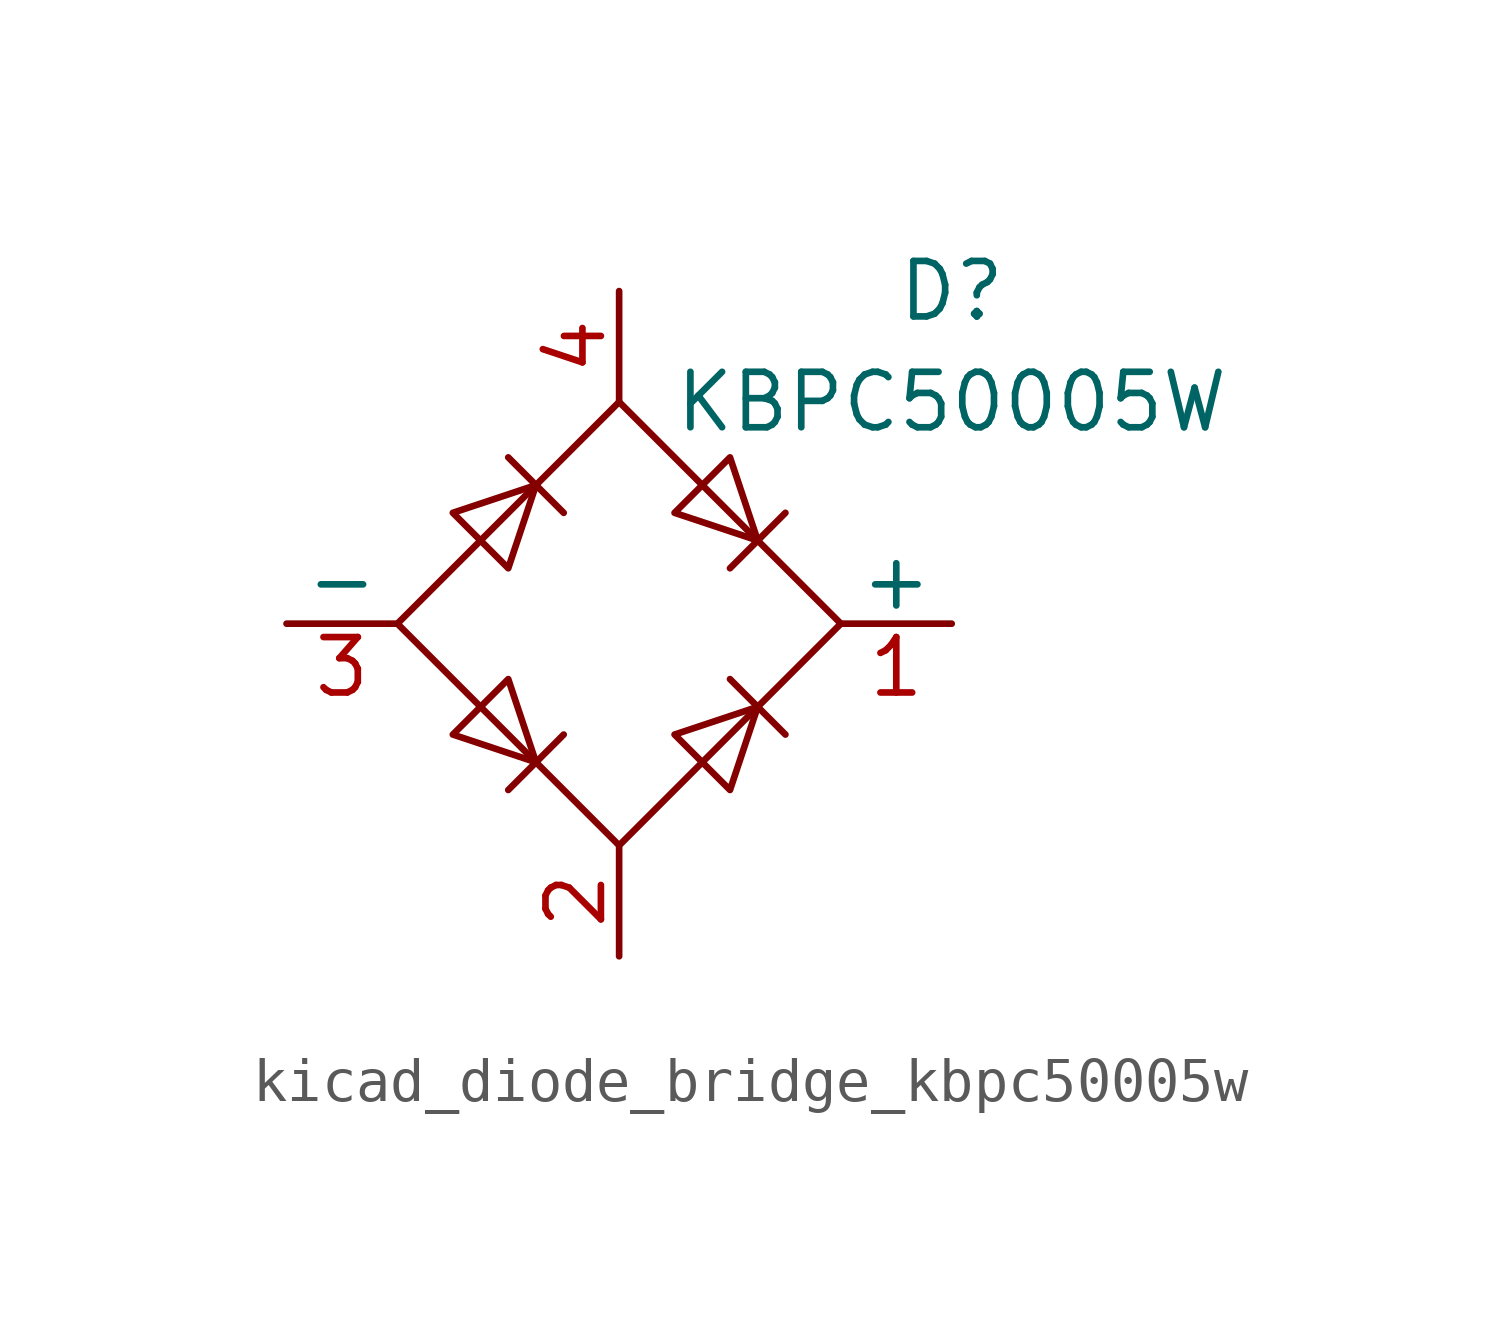
<source format=kicad_sym>
(kicad_symbol_lib
  (version 20220914)
  (generator kicad_symbol_editor)
  (symbol "kicad_diode_bridge_kbpc50005w"
    (pin_names
      (offset 0))
    (property "Reference" "D"
      (at 7.62 7.62 0)
      (effects (font (size 1.27 1.27))))
    (property "Value" "KBPC50005W"
      (at 7.62 5.08 0)
      (effects (font (size 1.27 1.27))))
    (symbol "kicad_diode_bridge_kbpc50005w_0_1"
      (polyline (pts (xy -2.54 3.81) (xy -1.27 2.54)) (stroke (width 0) (type default)) (fill (type none)))
      (polyline (pts (xy -1.27 -2.54) (xy -2.54 -3.81)) (stroke (width 0) (type default)) (fill (type none)))
      (polyline (pts (xy 2.54 -1.27) (xy 3.81 -2.54)) (stroke (width 0) (type default)) (fill (type none)))
      (polyline (pts (xy 2.54 1.27) (xy 3.81 2.54)) (stroke (width 0) (type default)) (fill (type none)))
      (polyline (pts (xy -3.81 2.54) (xy -2.54 1.27) (xy -1.905 3.175) (xy -3.81 2.54)) (stroke (width 0) (type default)) (fill (type none)))
      (polyline (pts (xy -2.54 -1.27) (xy -3.81 -2.54) (xy -1.905 -3.175) (xy -2.54 -1.27)) (stroke (width 0) (type default)) (fill (type none)))
      (polyline (pts (xy 1.27 2.54) (xy 2.54 3.81) (xy 3.175 1.905) (xy 1.27 2.54)) (stroke (width 0) (type default)) (fill (type none)))
      (polyline (pts (xy 3.175 -1.905) (xy 1.27 -2.54) (xy 2.54 -3.81) (xy 3.175 -1.905)) (stroke (width 0) (type default)) (fill (type none)))
      (polyline (pts (xy -5.08 0) (xy 0 -5.08) (xy 5.08 0) (xy 0 5.08) (xy -5.08 0)) (stroke (width 0) (type default)) (fill (type none))))
    (symbol "kicad_diode_bridge_kbpc50005w_1_1"
      (pin passive line (at 7.62 0 180) (length 2.54) (name "+" (effects (font (size 1.27 1.27)))) (number "1" (effects (font (size 1.27 1.27)))))
      (pin passive line (at 0 -7.62 90) (length 2.54) (name "~" (effects (font (size 1.27 1.27)))) (number "2" (effects (font (size 1.27 1.27)))))
      (pin passive line (at -7.62 0 0) (length 2.54) (name "-" (effects (font (size 1.27 1.27)))) (number "3" (effects (font (size 1.27 1.27)))))
      (pin passive line (at 0 7.62 270) (length 2.54) (name "~" (effects (font (size 1.27 1.27)))) (number "4" (effects (font (size 1.27 1.27))))))))
</source>
